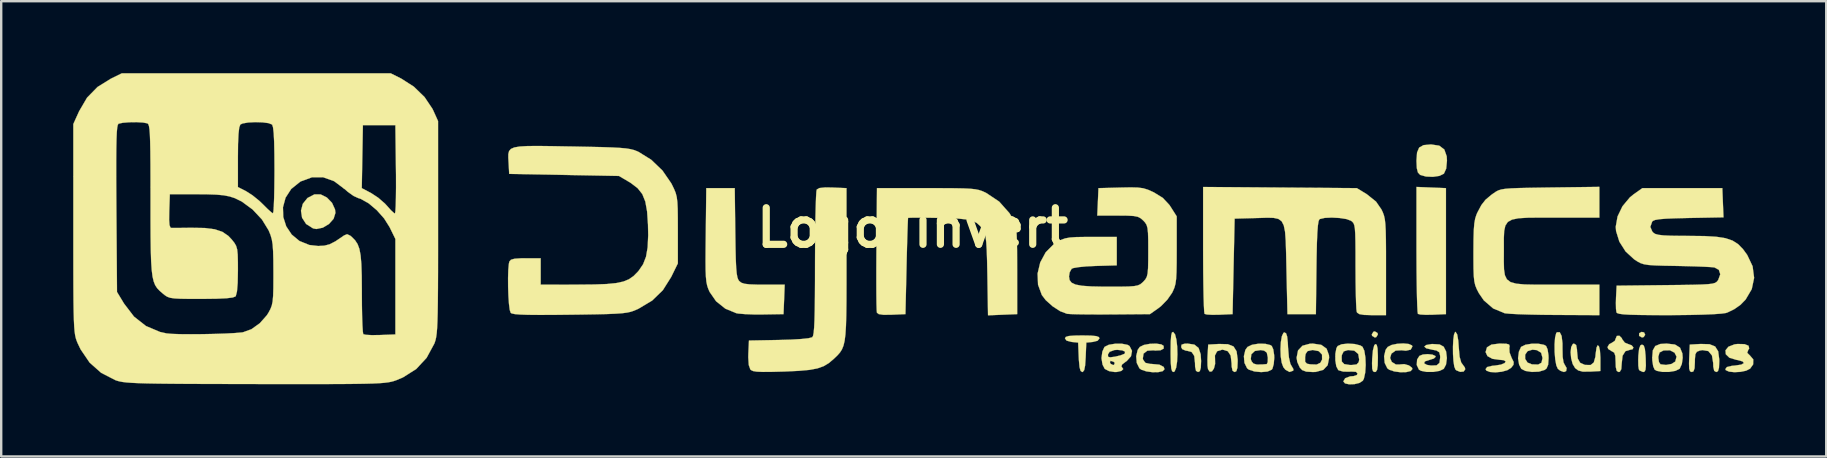
<source format=kicad_pcb>
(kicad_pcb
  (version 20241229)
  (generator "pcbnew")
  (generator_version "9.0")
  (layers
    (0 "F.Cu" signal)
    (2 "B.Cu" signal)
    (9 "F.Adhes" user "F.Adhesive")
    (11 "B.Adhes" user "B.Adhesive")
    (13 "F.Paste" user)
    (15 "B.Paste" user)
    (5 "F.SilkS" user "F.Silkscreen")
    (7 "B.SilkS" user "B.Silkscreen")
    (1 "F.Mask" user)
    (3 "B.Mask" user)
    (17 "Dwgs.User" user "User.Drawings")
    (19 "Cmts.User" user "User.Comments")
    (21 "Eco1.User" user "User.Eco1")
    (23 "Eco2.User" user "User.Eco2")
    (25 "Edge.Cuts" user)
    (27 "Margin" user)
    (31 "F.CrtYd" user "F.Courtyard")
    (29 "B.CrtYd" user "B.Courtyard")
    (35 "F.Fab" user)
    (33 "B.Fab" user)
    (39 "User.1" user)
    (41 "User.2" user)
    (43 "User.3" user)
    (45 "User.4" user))
  (footprint "Logo invert"
    (layer "F.Cu")
    (at 34.972 6.44)
    (property "Reference" "Logo invert" (at 0 0 0) (layer "F.SilkS") (effects (font (size 1.524 1.524) (thickness 0.3))))
    (attr through_hole)
    (fp_poly (pts (xy 19.374 4.386) (xy 19.389 4.445) (xy 19.321 4.557) (xy 19.262 4.572) (xy 19.149 4.504) (xy 19.135 4.445) (xy 19.202 4.333) (xy 19.262 4.318) (xy 19.374 4.386)) (stroke (width 0.01) (type solid)) (fill yes) (layer "F.SilkS"))
    (fp_poly (pts (xy 30.481 4.361) (xy 30.526 4.459) (xy 30.463 4.553) (xy 30.395 4.572) (xy 30.285 4.511) (xy 30.272 4.493) (xy 30.277 4.393) (xy 30.379 4.339) (xy 30.481 4.361)) (stroke (width 0.01) (type solid)) (fill yes) (layer "F.SilkS"))
    (fp_poly (pts (xy 19.341 4.877) (xy 19.375 5.028) (xy 19.388 5.321) (xy 19.389 5.412) (xy 19.382 5.734) (xy 19.356 5.919) (xy 19.305 6) (xy 19.258 6.011) (xy 19.188 5.982) (xy 19.152 5.873) (xy 19.145 5.648) (xy 19.152 5.447) (xy 19.183 5.104) (xy 19.237 4.898) (xy 19.283 4.847) (xy 19.341 4.877)) (stroke (width 0.01) (type solid)) (fill yes) (layer "F.SilkS"))
    (fp_poly (pts (xy 21.611 -1.676) (xy 22.225 -1.651) (xy 22.225 3.598) (xy 21.671 3.623) (xy 21.378 3.627) (xy 21.156 3.614) (xy 21.057 3.588) (xy 21.042 3.491) (xy 21.029 3.246) (xy 21.017 2.874) (xy 21.008 2.396) (xy 21.001 1.832) (xy 20.998 1.205) (xy 20.997 0.914) (xy 20.997 -1.701) (xy 21.611 -1.676)) (stroke (width 0.01) (type solid)) (fill yes) (layer "F.SilkS"))
    (fp_poly (pts (xy -24.66 -1.389) (xy -24.402 -1.26) (xy -24.189 -1.04) (xy -24.063 -0.764) (xy -24.046 -0.618) (xy -24.122 -0.375) (xy -24.314 -0.158) (xy -24.571 -0.004) (xy -24.84 0.052) (xy -24.977 0.027) (xy -25.268 -0.158) (xy -25.436 -0.417) (xy -25.481 -0.71) (xy -25.406 -0.997) (xy -25.211 -1.24) (xy -24.923 -1.39) (xy -24.66 -1.389)) (stroke (width 0.01) (type solid)) (fill yes) (layer "F.SilkS"))
    (fp_poly (pts (xy 30.468 4.909) (xy 30.514 5.051) (xy 30.541 5.323) (xy 30.547 5.44) (xy 30.555 5.749) (xy 30.538 5.925) (xy 30.491 6) (xy 30.439 6.011) (xy 30.295 5.948) (xy 30.261 5.895) (xy 30.24 5.749) (xy 30.236 5.501) (xy 30.242 5.324) (xy 30.273 5.041) (xy 30.328 4.899) (xy 30.395 4.868) (xy 30.468 4.909)) (stroke (width 0.01) (type solid)) (fill yes) (layer "F.SilkS"))
    (fp_poly (pts (xy 10.938 4.441) (xy 10.994 4.66) (xy 11.027 4.952) (xy 11.036 5.274) (xy 11.022 5.582) (xy 10.983 5.834) (xy 10.919 5.986) (xy 10.872 6.011) (xy 10.816 5.978) (xy 10.78 5.86) (xy 10.76 5.631) (xy 10.753 5.266) (xy 10.753 5.158) (xy 10.758 4.752) (xy 10.776 4.494) (xy 10.809 4.363) (xy 10.858 4.339) (xy 10.938 4.441)) (stroke (width 0.01) (type solid)) (fill yes) (layer "F.SilkS"))
    (fp_poly (pts (xy 11.742 4.868) (xy 11.918 5.008) (xy 12.005 5.269) (xy 12.023 5.552) (xy 12.011 5.83) (xy 11.97 5.973) (xy 11.896 6.011) (xy 11.811 5.961) (xy 11.773 5.79) (xy 11.769 5.635) (xy 11.738 5.341) (xy 11.632 5.179) (xy 11.43 5.123) (xy 11.389 5.122) (xy 11.239 5.058) (xy 11.193 4.974) (xy 11.207 4.873) (xy 11.329 4.831) (xy 11.46 4.826) (xy 11.742 4.868)) (stroke (width 0.01) (type solid)) (fill yes) (layer "F.SilkS"))
    (fp_poly (pts (xy 15.563 4.398) (xy 15.608 4.53) (xy 15.636 4.786) (xy 15.646 4.993) (xy 15.681 5.398) (xy 15.743 5.67) (xy 15.795 5.762) (xy 15.87 5.892) (xy 15.861 5.955) (xy 15.708 6.009) (xy 15.536 5.915) (xy 15.45 5.809) (xy 15.381 5.623) (xy 15.341 5.356) (xy 15.331 5.052) (xy 15.347 4.757) (xy 15.389 4.517) (xy 15.455 4.378) (xy 15.494 4.36) (xy 15.563 4.398)) (stroke (width 0.01) (type solid)) (fill yes) (layer "F.SilkS"))
    (fp_poly (pts (xy 27.044 4.507) (xy 27.08 4.811) (xy 27.081 5.062) (xy 27.088 5.378) (xy 27.124 5.608) (xy 27.165 5.693) (xy 27.254 5.845) (xy 27.235 5.97) (xy 27.142 6.011) (xy 26.988 5.956) (xy 26.888 5.878) (xy 26.823 5.733) (xy 26.778 5.481) (xy 26.753 5.171) (xy 26.751 4.853) (xy 26.772 4.577) (xy 26.817 4.395) (xy 26.849 4.354) (xy 26.966 4.352) (xy 27.044 4.507)) (stroke (width 0.01) (type solid)) (fill yes) (layer "F.SilkS"))
    (fp_poly (pts (xy 22.694 4.446) (xy 22.739 4.708) (xy 22.758 4.974) (xy 22.794 5.376) (xy 22.863 5.618) (xy 22.906 5.676) (xy 23.011 5.82) (xy 23.029 5.895) (xy 22.965 5.989) (xy 22.818 6.005) (xy 22.658 5.94) (xy 22.623 5.91) (xy 22.572 5.784) (xy 22.538 5.554) (xy 22.519 5.263) (xy 22.517 4.953) (xy 22.531 4.668) (xy 22.561 4.45) (xy 22.607 4.342) (xy 22.627 4.339) (xy 22.694 4.446)) (stroke (width 0.01) (type solid)) (fill yes) (layer "F.SilkS"))
    (fp_poly (pts (xy 21.945 -3.421) (xy 22.157 -3.261) (xy 22.256 -2.979) (xy 22.267 -2.795) (xy 22.235 -2.464) (xy 22.142 -2.258) (xy 22.134 -2.25) (xy 21.954 -2.162) (xy 21.684 -2.122) (xy 21.395 -2.134) (xy 21.162 -2.199) (xy 21.145 -2.208) (xy 21.057 -2.303) (xy 21.011 -2.483) (xy 20.997 -2.788) (xy 20.997 -2.795) (xy 21.021 -3.136) (xy 21.109 -3.341) (xy 21.29 -3.443) (xy 21.592 -3.471) (xy 21.608 -3.471) (xy 21.945 -3.421)) (stroke (width 0.01) (type solid)) (fill yes) (layer "F.SilkS"))
    (fp_poly (pts (xy 7.433 4.493) (xy 7.655 4.514) (xy 7.764 4.555) (xy 7.789 4.609) (xy 7.711 4.707) (xy 7.514 4.757) (xy 7.239 4.784) (xy 7.214 5.397) (xy 7.191 5.736) (xy 7.153 5.93) (xy 7.093 6.007) (xy 7.07 6.011) (xy 7.002 5.965) (xy 6.958 5.808) (xy 6.931 5.516) (xy 6.925 5.397) (xy 6.9 4.784) (xy 6.625 4.757) (xy 6.419 4.703) (xy 6.35 4.609) (xy 6.385 4.548) (xy 6.509 4.51) (xy 6.75 4.492) (xy 7.07 4.487) (xy 7.433 4.493)) (stroke (width 0.01) (type solid)) (fill yes) (layer "F.SilkS"))
    (fp_poly (pts (xy 13.14 4.852) (xy 13.375 4.946) (xy 13.502 5.148) (xy 13.546 5.481) (xy 13.547 5.559) (xy 13.535 5.835) (xy 13.493 5.975) (xy 13.42 6.011) (xy 13.334 5.959) (xy 13.297 5.784) (xy 13.293 5.647) (xy 13.256 5.327) (xy 13.137 5.144) (xy 12.925 5.08) (xy 12.9 5.08) (xy 12.69 5.145) (xy 12.599 5.323) (xy 12.603 5.449) (xy 12.607 5.674) (xy 12.558 5.863) (xy 12.477 5.982) (xy 12.385 5.997) (xy 12.312 5.895) (xy 12.291 5.749) (xy 12.287 5.501) (xy 12.293 5.324) (xy 12.319 4.868) (xy 12.773 4.842) (xy 13.14 4.852)) (stroke (width 0.01) (type solid)) (fill yes) (layer "F.SilkS"))
    (fp_poly (pts (xy 27.65 4.886) (xy 27.686 5.083) (xy 27.687 5.144) (xy 27.717 5.448) (xy 27.815 5.625) (xy 28.005 5.71) (xy 28.032 5.715) (xy 28.252 5.719) (xy 28.384 5.614) (xy 28.451 5.378) (xy 28.463 5.248) (xy 28.499 4.994) (xy 28.548 4.895) (xy 28.6 4.94) (xy 28.641 5.115) (xy 28.66 5.409) (xy 28.66 5.44) (xy 28.66 5.969) (xy 28.219 5.994) (xy 27.926 5.995) (xy 27.737 5.945) (xy 27.606 5.846) (xy 27.504 5.675) (xy 27.441 5.438) (xy 27.42 5.186) (xy 27.443 4.97) (xy 27.512 4.842) (xy 27.559 4.826) (xy 27.65 4.886)) (stroke (width 0.01) (type solid)) (fill yes) (layer "F.SilkS"))
    (fp_poly (pts (xy 33.206 4.852) (xy 33.441 4.946) (xy 33.568 5.148) (xy 33.612 5.481) (xy 33.613 5.559) (xy 33.601 5.835) (xy 33.559 5.975) (xy 33.486 6.011) (xy 33.402 5.961) (xy 33.364 5.791) (xy 33.359 5.633) (xy 33.308 5.319) (xy 33.157 5.138) (xy 32.912 5.097) (xy 32.8 5.117) (xy 32.678 5.167) (xy 32.617 5.27) (xy 32.598 5.474) (xy 32.597 5.59) (xy 32.584 5.853) (xy 32.538 5.982) (xy 32.466 6.011) (xy 32.396 5.982) (xy 32.36 5.874) (xy 32.353 5.651) (xy 32.36 5.44) (xy 32.385 4.868) (xy 32.839 4.842) (xy 33.206 4.852)) (stroke (width 0.01) (type solid)) (fill yes) (layer "F.SilkS"))
    (fp_poly (pts (xy 10.365 4.859) (xy 10.462 4.92) (xy 10.464 5.033) (xy 10.336 5.104) (xy 10.113 5.116) (xy 10.036 5.106) (xy 9.782 5.122) (xy 9.625 5.244) (xy 9.595 5.447) (xy 9.608 5.499) (xy 9.702 5.628) (xy 9.9 5.672) (xy 9.947 5.673) (xy 10.285 5.704) (xy 10.465 5.798) (xy 10.499 5.893) (xy 10.425 5.974) (xy 10.24 6.015) (xy 9.996 6.018) (xy 9.744 5.984) (xy 9.537 5.916) (xy 9.453 5.856) (xy 9.342 5.631) (xy 9.319 5.35) (xy 9.381 5.089) (xy 9.468 4.966) (xy 9.638 4.883) (xy 9.887 4.836) (xy 10.15 4.827) (xy 10.365 4.859)) (stroke (width 0.01) (type solid)) (fill yes) (layer "F.SilkS"))
    (fp_poly (pts (xy 20.673 4.842) (xy 20.809 4.901) (xy 20.828 4.944) (xy 20.757 5.078) (xy 20.557 5.123) (xy 20.378 5.104) (xy 20.127 5.118) (xy 19.952 5.246) (xy 19.897 5.426) (xy 19.969 5.591) (xy 20.135 5.695) (xy 20.302 5.695) (xy 20.489 5.681) (xy 20.681 5.735) (xy 20.81 5.832) (xy 20.828 5.886) (xy 20.755 5.97) (xy 20.57 6.014) (xy 20.325 6.019) (xy 20.073 5.986) (xy 19.866 5.917) (xy 19.783 5.856) (xy 19.672 5.631) (xy 19.648 5.35) (xy 19.71 5.089) (xy 19.797 4.966) (xy 19.961 4.883) (xy 20.196 4.834) (xy 20.451 4.82) (xy 20.673 4.842)) (stroke (width 0.01) (type solid)) (fill yes) (layer "F.SilkS"))
    (fp_poly (pts (xy 29.552 4.599) (xy 29.571 4.649) (xy 29.68 4.789) (xy 29.807 4.84) (xy 29.966 4.9) (xy 30.037 4.99) (xy 30 5.063) (xy 29.911 5.08) (xy 29.703 5.142) (xy 29.584 5.333) (xy 29.549 5.647) (xy 29.531 5.892) (xy 29.469 6) (xy 29.422 6.011) (xy 29.341 5.965) (xy 29.302 5.805) (xy 29.295 5.598) (xy 29.283 5.339) (xy 29.235 5.203) (xy 29.134 5.143) (xy 29.125 5.14) (xy 28.988 5.052) (xy 28.956 4.971) (xy 29.027 4.851) (xy 29.125 4.801) (xy 29.263 4.709) (xy 29.295 4.622) (xy 29.345 4.507) (xy 29.453 4.501) (xy 29.552 4.599)) (stroke (width 0.01) (type solid)) (fill yes) (layer "F.SilkS"))
    (fp_poly (pts (xy 34.666 4.849) (xy 34.833 4.915) (xy 34.859 5.03) (xy 34.816 5.101) (xy 34.778 5.212) (xy 34.887 5.317) (xy 35.03 5.486) (xy 35.024 5.694) (xy 34.897 5.871) (xy 34.732 5.955) (xy 34.496 6.004) (xy 34.241 6.017) (xy 34.02 5.994) (xy 33.885 5.933) (xy 33.867 5.889) (xy 33.931 5.803) (xy 34.137 5.753) (xy 34.269 5.741) (xy 34.531 5.702) (xy 34.639 5.639) (xy 34.588 5.57) (xy 34.375 5.511) (xy 34.323 5.503) (xy 34.034 5.415) (xy 33.885 5.27) (xy 33.873 5.105) (xy 33.995 4.956) (xy 34.249 4.858) (xy 34.374 4.842) (xy 34.666 4.849)) (stroke (width 0.01) (type solid)) (fill yes) (layer "F.SilkS"))
    (fp_poly (pts (xy 24.742 4.833) (xy 24.857 4.865) (xy 24.879 4.941) (xy 24.866 5) (xy 24.875 5.193) (xy 24.959 5.415) (xy 24.96 5.417) (xy 25.047 5.593) (xy 25.039 5.709) (xy 24.94 5.836) (xy 24.781 5.935) (xy 24.547 5.999) (xy 24.29 6.024) (xy 24.06 6.009) (xy 23.908 5.951) (xy 23.876 5.889) (xy 23.942 5.802) (xy 24.151 5.752) (xy 24.272 5.741) (xy 24.518 5.702) (xy 24.671 5.637) (xy 24.715 5.569) (xy 24.63 5.517) (xy 24.47 5.503) (xy 24.163 5.461) (xy 23.954 5.347) (xy 23.876 5.179) (xy 23.876 5.179) (xy 23.934 4.983) (xy 24.119 4.868) (xy 24.445 4.826) (xy 24.495 4.826) (xy 24.742 4.833)) (stroke (width 0.01) (type solid)) (fill yes) (layer "F.SilkS"))
    (fp_poly (pts (xy 17.031 4.879) (xy 17.253 5.039) (xy 17.351 5.311) (xy 17.357 5.419) (xy 17.297 5.726) (xy 17.113 5.921) (xy 16.802 6.006) (xy 16.679 6.011) (xy 16.402 5.994) (xy 16.233 5.929) (xy 16.134 5.823) (xy 16.031 5.595) (xy 16.002 5.419) (xy 16.007 5.391) (xy 16.357 5.391) (xy 16.357 5.581) (xy 16.436 5.664) (xy 16.569 5.69) (xy 16.837 5.699) (xy 16.991 5.627) (xy 17.064 5.491) (xy 17.061 5.282) (xy 16.923 5.14) (xy 16.682 5.094) (xy 16.644 5.097) (xy 16.458 5.14) (xy 16.378 5.258) (xy 16.357 5.391) (xy 16.007 5.391) (xy 16.062 5.111) (xy 16.245 4.916) (xy 16.556 4.831) (xy 16.679 4.826) (xy 17.031 4.879)) (stroke (width 0.01) (type solid)) (fill yes) (layer "F.SilkS"))
    (fp_poly (pts (xy -7.385 0.207) (xy -7.376 0.83) (xy -7.365 1.306) (xy -7.349 1.655) (xy -7.327 1.901) (xy -7.298 2.065) (xy -7.259 2.168) (xy -7.224 2.218) (xy -7.135 2.289) (xy -6.998 2.334) (xy -6.78 2.359) (xy -6.445 2.37) (xy -6.206 2.371) (xy -5.327 2.371) (xy -5.351 2.985) (xy -5.376 3.598) (xy -6.223 3.612) (xy -6.618 3.612) (xy -6.979 3.598) (xy -7.253 3.575) (xy -7.346 3.559) (xy -7.8 3.371) (xy -8.186 3.062) (xy -8.456 2.672) (xy -8.514 2.539) (xy -8.558 2.405) (xy -8.59 2.246) (xy -8.61 2.038) (xy -8.622 1.756) (xy -8.625 1.375) (xy -8.622 0.871) (xy -8.616 0.315) (xy -8.594 -1.651) (xy -7.408 -1.651) (xy -7.385 0.207)) (stroke (width 0.01) (type solid)) (fill yes) (layer "F.SilkS"))
    (fp_poly (pts (xy 21.961 4.862) (xy 22.13 4.955) (xy 22.231 5.154) (xy 22.264 5.428) (xy 22.228 5.699) (xy 22.134 5.878) (xy 21.962 5.962) (xy 21.701 6.006) (xy 21.419 6.006) (xy 21.187 5.961) (xy 21.099 5.91) (xy 21.008 5.717) (xy 21.023 5.491) (xy 21.119 5.339) (xy 21.264 5.281) (xy 21.467 5.265) (xy 21.661 5.286) (xy 21.783 5.341) (xy 21.797 5.376) (xy 21.72 5.449) (xy 21.548 5.503) (xy 21.35 5.567) (xy 21.312 5.644) (xy 21.428 5.712) (xy 21.6 5.741) (xy 21.836 5.732) (xy 21.954 5.632) (xy 21.984 5.411) (xy 21.982 5.333) (xy 21.947 5.189) (xy 21.83 5.114) (xy 21.651 5.08) (xy 21.406 5.023) (xy 21.323 4.952) (xy 21.402 4.885) (xy 21.643 4.843) (xy 21.961 4.862)) (stroke (width 0.01) (type solid)) (fill yes) (layer "F.SilkS"))
    (fp_poly (pts (xy 26.311 4.877) (xy 26.399 4.928) (xy 26.46 5.068) (xy 26.496 5.307) (xy 26.501 5.433) (xy 26.483 5.705) (xy 26.418 5.86) (xy 26.337 5.924) (xy 26.098 5.995) (xy 25.806 6.007) (xy 25.535 5.965) (xy 25.364 5.878) (xy 25.273 5.703) (xy 25.233 5.463) (xy 25.525 5.463) (xy 25.625 5.617) (xy 25.806 5.691) (xy 26.068 5.699) (xy 26.204 5.623) (xy 26.246 5.445) (xy 26.247 5.419) (xy 26.19 5.206) (xy 26.011 5.098) (xy 25.827 5.08) (xy 25.627 5.141) (xy 25.526 5.286) (xy 25.525 5.463) (xy 25.233 5.463) (xy 25.231 5.45) (xy 25.231 5.419) (xy 25.265 5.162) (xy 25.351 4.973) (xy 25.364 4.959) (xy 25.536 4.875) (xy 25.797 4.832) (xy 26.079 4.832) (xy 26.311 4.877)) (stroke (width 0.01) (type solid)) (fill yes) (layer "F.SilkS"))
    (fp_poly (pts (xy 31.766 4.865) (xy 31.977 4.995) (xy 32.075 5.233) (xy 32.089 5.419) (xy 32.054 5.675) (xy 31.968 5.864) (xy 31.956 5.878) (xy 31.784 5.962) (xy 31.522 6.006) (xy 31.24 6.006) (xy 31.008 5.961) (xy 30.92 5.91) (xy 30.859 5.768) (xy 30.823 5.53) (xy 30.819 5.419) (xy 30.819 5.413) (xy 31.073 5.413) (xy 31.101 5.599) (xy 31.165 5.689) (xy 31.393 5.716) (xy 31.624 5.674) (xy 31.775 5.578) (xy 31.78 5.571) (xy 31.833 5.37) (xy 31.75 5.205) (xy 31.564 5.108) (xy 31.308 5.109) (xy 31.284 5.115) (xy 31.125 5.197) (xy 31.074 5.37) (xy 31.073 5.413) (xy 30.819 5.413) (xy 30.845 5.107) (xy 30.947 4.926) (xy 31.155 4.842) (xy 31.422 4.826) (xy 31.766 4.865)) (stroke (width 0.01) (type solid)) (fill yes) (layer "F.SilkS"))
    (fp_poly (pts (xy 14.69 4.834) (xy 14.91 4.888) (xy 14.969 4.928) (xy 15.031 5.069) (xy 15.067 5.307) (xy 15.071 5.419) (xy 15.05 5.675) (xy 14.997 5.867) (xy 14.969 5.91) (xy 14.793 5.99) (xy 14.528 6.014) (xy 14.245 5.987) (xy 14.015 5.912) (xy 13.941 5.856) (xy 13.83 5.631) (xy 13.816 5.473) (xy 14.093 5.473) (xy 14.13 5.57) (xy 14.206 5.659) (xy 14.341 5.698) (xy 14.576 5.696) (xy 14.759 5.68) (xy 14.798 5.601) (xy 14.803 5.419) (xy 14.801 5.397) (xy 14.76 5.203) (xy 14.649 5.12) (xy 14.505 5.096) (xy 14.264 5.133) (xy 14.116 5.272) (xy 14.093 5.473) (xy 13.816 5.473) (xy 13.806 5.35) (xy 13.868 5.089) (xy 13.956 4.966) (xy 14.143 4.876) (xy 14.411 4.831) (xy 14.69 4.834)) (stroke (width 0.01) (type solid)) (fill yes) (layer "F.SilkS"))
    (fp_poly (pts (xy 18.421 4.844) (xy 18.657 4.903) (xy 18.748 4.959) (xy 18.824 5.124) (xy 18.868 5.398) (xy 18.881 5.721) (xy 18.861 6.036) (xy 18.807 6.284) (xy 18.763 6.371) (xy 18.623 6.464) (xy 18.414 6.515) (xy 18.193 6.523) (xy 18.019 6.485) (xy 17.949 6.401) (xy 18.026 6.269) (xy 18.23 6.193) (xy 18.38 6.181) (xy 18.513 6.134) (xy 18.542 6.073) (xy 18.477 6.002) (xy 18.271 5.991) (xy 18.202 5.997) (xy 17.945 5.993) (xy 17.757 5.94) (xy 17.736 5.925) (xy 17.656 5.773) (xy 17.616 5.524) (xy 17.616 5.367) (xy 17.879 5.367) (xy 17.886 5.573) (xy 17.987 5.681) (xy 18.213 5.717) (xy 18.306 5.718) (xy 18.503 5.694) (xy 18.589 5.602) (xy 18.61 5.496) (xy 18.571 5.259) (xy 18.404 5.12) (xy 18.145 5.095) (xy 17.964 5.151) (xy 17.889 5.3) (xy 17.879 5.367) (xy 17.616 5.367) (xy 17.617 5.251) (xy 17.66 5.021) (xy 17.712 4.928) (xy 17.879 4.854) (xy 18.139 4.827) (xy 18.421 4.844)) (stroke (width 0.01) (type solid)) (fill yes) (layer "F.SilkS"))
    (fp_poly (pts (xy 8.955 4.877) (xy 9.042 4.928) (xy 9.145 5.131) (xy 9.102 5.355) (xy 8.924 5.553) (xy 8.883 5.58) (xy 8.726 5.702) (xy 8.704 5.787) (xy 8.715 5.796) (xy 8.78 5.886) (xy 8.703 5.964) (xy 8.514 6.008) (xy 8.425 6.011) (xy 8.188 5.973) (xy 8.01 5.881) (xy 8.007 5.878) (xy 7.917 5.703) (xy 7.902 5.613) (xy 8.225 5.613) (xy 8.252 5.668) (xy 8.359 5.72) (xy 8.397 5.706) (xy 8.425 5.628) (xy 8.372 5.582) (xy 8.246 5.541) (xy 8.225 5.613) (xy 7.902 5.613) (xy 7.875 5.45) (xy 7.874 5.419) (xy 7.893 5.276) (xy 8.143 5.276) (xy 8.145 5.371) (xy 8.229 5.399) (xy 8.437 5.371) (xy 8.438 5.371) (xy 8.668 5.316) (xy 8.824 5.254) (xy 8.841 5.242) (xy 8.854 5.164) (xy 8.739 5.108) (xy 8.536 5.087) (xy 8.411 5.095) (xy 8.209 5.169) (xy 8.143 5.276) (xy 7.893 5.276) (xy 7.908 5.162) (xy 7.994 4.973) (xy 8.007 4.959) (xy 8.179 4.875) (xy 8.441 4.832) (xy 8.723 4.832) (xy 8.955 4.877)) (stroke (width 0.01) (type solid)) (fill yes) (layer "F.SilkS"))
    (fp_poly (pts (xy -3.337 -1.676) (xy -2.752 -1.651) (xy -2.752 1.524) (xy -2.752 2.376) (xy -2.754 3.076) (xy -2.761 3.642) (xy -2.774 4.091) (xy -2.796 4.441) (xy -2.83 4.709) (xy -2.878 4.913) (xy -2.942 5.07) (xy -3.024 5.198) (xy -3.127 5.315) (xy -3.254 5.437) (xy -3.282 5.463) (xy -3.488 5.638) (xy -3.704 5.767) (xy -3.962 5.859) (xy -4.291 5.921) (xy -4.725 5.961) (xy -5.292 5.988) (xy -5.379 5.991) (xy -5.883 6.004) (xy -6.244 6.006) (xy -6.488 5.996) (xy -6.641 5.971) (xy -6.73 5.929) (xy -6.759 5.902) (xy -6.824 5.719) (xy -6.845 5.396) (xy -6.841 5.236) (xy -6.816 4.699) (xy -5.552 4.675) (xy -5.044 4.66) (xy -4.632 4.635) (xy -4.337 4.603) (xy -4.185 4.565) (xy -4.176 4.559) (xy -4.145 4.501) (xy -4.12 4.373) (xy -4.1 4.16) (xy -4.085 3.849) (xy -4.075 3.423) (xy -4.068 2.87) (xy -4.064 2.173) (xy -4.063 1.492) (xy -4.06 0.796) (xy -4.055 0.151) (xy -4.046 -0.422) (xy -4.034 -0.903) (xy -4.021 -1.272) (xy -4.006 -1.509) (xy -3.992 -1.592) (xy -3.88 -1.655) (xy -3.636 -1.681) (xy -3.337 -1.676)) (stroke (width 0.01) (type solid)) (fill yes) (layer "F.SilkS"))
    (fp_poly (pts (xy 28.617 -0.423) (xy 26.797 -0.423) (xy 26.137 -0.424) (xy 25.626 -0.419) (xy 25.247 -0.396) (xy 24.979 -0.341) (xy 24.803 -0.243) (xy 24.7 -0.089) (xy 24.651 0.133) (xy 24.637 0.437) (xy 24.638 0.833) (xy 24.638 0.974) (xy 24.636 1.401) (xy 24.644 1.731) (xy 24.681 1.977) (xy 24.765 2.15) (xy 24.917 2.264) (xy 25.155 2.33) (xy 25.498 2.362) (xy 25.967 2.371) (xy 26.58 2.371) (xy 26.797 2.371) (xy 28.617 2.371) (xy 28.617 3.641) (xy 26.776 3.632) (xy 26.218 3.627) (xy 25.702 3.616) (xy 25.259 3.602) (xy 24.916 3.585) (xy 24.705 3.566) (xy 24.668 3.56) (xy 24.192 3.362) (xy 23.802 3.025) (xy 23.594 2.721) (xy 23.508 2.554) (xy 23.447 2.402) (xy 23.407 2.23) (xy 23.384 2.006) (xy 23.373 1.696) (xy 23.37 1.266) (xy 23.37 1.005) (xy 23.374 0.483) (xy 23.385 0.099) (xy 23.407 -0.18) (xy 23.444 -0.387) (xy 23.498 -0.552) (xy 23.535 -0.635) (xy 23.7 -0.945) (xy 23.872 -1.166) (xy 24.111 -1.368) (xy 24.215 -1.442) (xy 24.312 -1.508) (xy 24.41 -1.558) (xy 24.531 -1.596) (xy 24.698 -1.623) (xy 24.935 -1.642) (xy 25.263 -1.655) (xy 25.706 -1.665) (xy 26.286 -1.674) (xy 26.564 -1.678) (xy 28.617 -1.704) (xy 28.617 -0.423)) (stroke (width 0.01) (type solid)) (fill yes) (layer "F.SilkS"))
    (fp_poly (pts (xy 1.241 -1.65) (xy 1.743 -1.647) (xy 2.124 -1.64) (xy 2.406 -1.626) (xy 2.614 -1.604) (xy 2.772 -1.572) (xy 2.903 -1.528) (xy 3.031 -1.47) (xy 3.067 -1.452) (xy 3.609 -1.091) (xy 4.037 -0.61) (xy 4.176 -0.381) (xy 4.236 -0.258) (xy 4.281 -0.129) (xy 4.314 0.033) (xy 4.336 0.252) (xy 4.349 0.554) (xy 4.356 0.964) (xy 4.358 1.507) (xy 4.359 1.778) (xy 4.36 3.598) (xy 3.753 3.623) (xy 3.145 3.648) (xy 3.118 1.972) (xy 3.106 1.376) (xy 3.091 0.927) (xy 3.071 0.599) (xy 3.044 0.37) (xy 3.008 0.216) (xy 2.96 0.113) (xy 2.95 0.098) (xy 2.816 -0.075) (xy 2.676 -0.201) (xy 2.5 -0.288) (xy 2.26 -0.345) (xy 1.926 -0.38) (xy 1.47 -0.401) (xy 1.122 -0.41) (xy 0.674 -0.418) (xy 0.292 -0.421) (xy 0.004 -0.42) (xy -0.16 -0.415) (xy -0.187 -0.41) (xy -0.193 -0.321) (xy -0.203 -0.086) (xy -0.215 0.27) (xy -0.228 0.724) (xy -0.242 1.252) (xy -0.25 1.609) (xy -0.296 3.598) (xy -0.869 3.623) (xy -1.211 3.627) (xy -1.409 3.597) (xy -1.484 3.538) (xy -1.494 3.428) (xy -1.502 3.171) (xy -1.507 2.788) (xy -1.509 2.302) (xy -1.509 1.734) (xy -1.506 1.106) (xy -1.504 0.888) (xy -1.482 -1.651) (xy 0.593 -1.651) (xy 1.241 -1.65)) (stroke (width 0.01) (type solid)) (fill yes) (layer "F.SilkS"))
    (fp_poly (pts (xy 18.513 -1.651) (xy 18.93 -1.396) (xy 19.311 -1.091) (xy 19.537 -0.764) (xy 19.597 -0.637) (xy 19.643 -0.509) (xy 19.677 -0.357) (xy 19.7 -0.155) (xy 19.715 0.119) (xy 19.723 0.491) (xy 19.727 0.984) (xy 19.727 1.621) (xy 19.727 3.641) (xy 19.144 3.641) (xy 18.814 3.631) (xy 18.619 3.599) (xy 18.524 3.536) (xy 18.509 3.507) (xy 18.493 3.385) (xy 18.48 3.121) (xy 18.469 2.742) (xy 18.461 2.276) (xy 18.458 1.751) (xy 18.457 1.607) (xy 18.457 1.017) (xy 18.453 0.573) (xy 18.445 0.253) (xy 18.43 0.033) (xy 18.405 -0.109) (xy 18.368 -0.198) (xy 18.317 -0.256) (xy 18.269 -0.292) (xy 18.082 -0.362) (xy 17.795 -0.407) (xy 17.473 -0.425) (xy 17.178 -0.412) (xy 16.975 -0.365) (xy 16.956 -0.355) (xy 16.919 -0.28) (xy 16.89 -0.099) (xy 16.866 0.202) (xy 16.848 0.637) (xy 16.835 1.219) (xy 16.829 1.655) (xy 16.806 3.598) (xy 15.621 3.598) (xy 15.579 1.708) (xy 15.565 1.05) (xy 15.549 0.542) (xy 15.521 0.165) (xy 15.467 -0.1) (xy 15.378 -0.272) (xy 15.241 -0.37) (xy 15.045 -0.412) (xy 14.779 -0.419) (xy 14.431 -0.408) (xy 14.31 -0.405) (xy 13.42 -0.381) (xy 13.377 1.609) (xy 13.335 3.598) (xy 12.781 3.623) (xy 12.488 3.627) (xy 12.266 3.614) (xy 12.167 3.588) (xy 12.152 3.491) (xy 12.139 3.246) (xy 12.127 2.874) (xy 12.118 2.396) (xy 12.111 1.832) (xy 12.108 1.205) (xy 12.107 0.914) (xy 12.107 -1.699) (xy 18.513 -1.651)) (stroke (width 0.01) (type solid)) (fill yes) (layer "F.SilkS"))
    (fp_poly (pts (xy 33.789 -0.435) (xy 32.343 -0.408) (xy 31.795 -0.395) (xy 31.394 -0.379) (xy 31.118 -0.356) (xy 30.942 -0.326) (xy 30.846 -0.285) (xy 30.817 -0.254) (xy 30.74 -0.036) (xy 30.824 0.159) (xy 30.867 0.206) (xy 30.945 0.257) (xy 31.078 0.293) (xy 31.289 0.318) (xy 31.606 0.332) (xy 32.052 0.338) (xy 32.373 0.339) (xy 33.006 0.346) (xy 33.498 0.376) (xy 33.876 0.436) (xy 34.168 0.535) (xy 34.4 0.684) (xy 34.601 0.89) (xy 34.777 1.131) (xy 35.002 1.605) (xy 35.065 2.088) (xy 34.967 2.556) (xy 34.713 2.988) (xy 34.501 3.207) (xy 34.24 3.391) (xy 33.956 3.529) (xy 33.89 3.551) (xy 33.709 3.577) (xy 33.384 3.6) (xy 32.938 3.619) (xy 32.397 3.632) (xy 31.786 3.639) (xy 31.472 3.64) (xy 30.8 3.639) (xy 30.278 3.633) (xy 29.891 3.623) (xy 29.62 3.607) (xy 29.448 3.584) (xy 29.356 3.553) (xy 29.33 3.525) (xy 29.31 3.382) (xy 29.305 3.132) (xy 29.311 2.912) (xy 29.337 2.413) (xy 31.389 2.39) (xy 32.03 2.383) (xy 32.523 2.375) (xy 32.888 2.365) (xy 33.148 2.35) (xy 33.323 2.329) (xy 33.434 2.298) (xy 33.502 2.257) (xy 33.549 2.203) (xy 33.571 2.169) (xy 33.655 1.938) (xy 33.595 1.753) (xy 33.413 1.653) (xy 33.269 1.639) (xy 32.99 1.624) (xy 32.606 1.609) (xy 32.152 1.597) (xy 31.835 1.59) (xy 31.318 1.581) (xy 30.941 1.569) (xy 30.672 1.551) (xy 30.48 1.521) (xy 30.336 1.475) (xy 30.209 1.408) (xy 30.067 1.315) (xy 30.063 1.312) (xy 29.71 0.988) (xy 29.45 0.579) (xy 29.313 0.138) (xy 29.299 -0.042) (xy 29.375 -0.471) (xy 29.58 -0.896) (xy 29.886 -1.264) (xy 30.049 -1.397) (xy 30.409 -1.651) (xy 33.74 -1.651) (xy 33.789 -0.435)) (stroke (width 0.01) (type solid)) (fill yes) (layer "F.SilkS"))
    (fp_poly (pts (xy 9.389 -1.675) (xy 9.611 -1.646) (xy 9.805 -1.587) (xy 10.016 -1.493) (xy 10.056 -1.474) (xy 10.429 -1.244) (xy 10.701 -0.952) (xy 10.761 -0.862) (xy 11.007 -0.475) (xy 11.007 0.935) (xy 11.005 1.462) (xy 10.998 1.85) (xy 10.983 2.131) (xy 10.955 2.336) (xy 10.911 2.496) (xy 10.848 2.642) (xy 10.81 2.717) (xy 10.614 2.998) (xy 10.354 3.264) (xy 10.252 3.344) (xy 9.892 3.598) (xy 8.269 3.611) (xy 7.748 3.612) (xy 7.274 3.61) (xy 6.876 3.605) (xy 6.587 3.596) (xy 6.436 3.585) (xy 6.435 3.584) (xy 6.148 3.475) (xy 5.833 3.27) (xy 5.55 3.016) (xy 5.388 2.804) (xy 5.229 2.374) (xy 5.21 1.908) (xy 5.32 1.445) (xy 5.547 1.024) (xy 5.881 0.686) (xy 6.024 0.592) (xy 6.193 0.503) (xy 6.356 0.443) (xy 6.553 0.407) (xy 6.822 0.388) (xy 7.201 0.382) (xy 7.451 0.381) (xy 8.509 0.381) (xy 8.509 1.566) (xy 7.625 1.591) (xy 7.246 1.609) (xy 6.925 1.64) (xy 6.704 1.678) (xy 6.63 1.707) (xy 6.547 1.855) (xy 6.519 2.029) (xy 6.543 2.178) (xy 6.627 2.289) (xy 6.793 2.367) (xy 7.06 2.417) (xy 7.449 2.444) (xy 7.981 2.455) (xy 8.178 2.455) (xy 8.659 2.454) (xy 9 2.448) (xy 9.233 2.431) (xy 9.387 2.401) (xy 9.492 2.353) (xy 9.579 2.281) (xy 9.614 2.248) (xy 9.7 2.152) (xy 9.758 2.049) (xy 9.794 1.904) (xy 9.813 1.685) (xy 9.82 1.357) (xy 9.821 0.974) (xy 9.82 0.529) (xy 9.811 0.221) (xy 9.79 0.016) (xy 9.751 -0.12) (xy 9.688 -0.22) (xy 9.614 -0.3) (xy 9.506 -0.395) (xy 9.388 -0.456) (xy 9.219 -0.49) (xy 8.961 -0.505) (xy 8.574 -0.508) (xy 8.551 -0.508) (xy 7.697 -0.508) (xy 7.747 -1.651) (xy 8.671 -1.675) (xy 9.091 -1.683) (xy 9.389 -1.675)) (stroke (width 0.01) (type solid)) (fill yes) (layer "F.SilkS"))
    (fp_poly (pts (xy -15.043 -3.401) (xy -14.323 -3.388) (xy -14.224 -3.387) (xy -13.515 -3.373) (xy -12.953 -3.361) (xy -12.518 -3.346) (xy -12.187 -3.328) (xy -11.94 -3.306) (xy -11.754 -3.276) (xy -11.608 -3.239) (xy -11.481 -3.191) (xy -11.415 -3.161) (xy -10.888 -2.834) (xy -10.419 -2.384) (xy -10.055 -1.856) (xy -10.027 -1.803) (xy -9.936 -1.616) (xy -9.87 -1.454) (xy -9.826 -1.284) (xy -9.799 -1.073) (xy -9.785 -0.788) (xy -9.78 -0.397) (xy -9.779 0.086) (xy -9.779 1.485) (xy -10.058 2.053) (xy -10.403 2.6) (xy -10.849 3.033) (xy -11.424 3.376) (xy -11.475 3.399) (xy -11.607 3.456) (xy -11.741 3.501) (xy -11.898 3.535) (xy -12.1 3.561) (xy -12.37 3.58) (xy -12.729 3.595) (xy -13.2 3.606) (xy -13.804 3.616) (xy -14.266 3.622) (xy -15.003 3.63) (xy -15.586 3.631) (xy -16.031 3.627) (xy -16.354 3.615) (xy -16.571 3.597) (xy -16.698 3.57) (xy -16.743 3.545) (xy -16.783 3.423) (xy -16.815 3.175) (xy -16.838 2.841) (xy -16.851 2.465) (xy -16.853 2.088) (xy -16.843 1.754) (xy -16.82 1.503) (xy -16.797 1.404) (xy -16.732 1.332) (xy -16.583 1.29) (xy -16.316 1.272) (xy -16.12 1.27) (xy -15.494 1.27) (xy -15.494 2.371) (xy -13.906 2.369) (xy -13.252 2.363) (xy -12.742 2.344) (xy -12.35 2.305) (xy -12.05 2.241) (xy -11.817 2.146) (xy -11.626 2.013) (xy -11.452 1.837) (xy -11.408 1.786) (xy -11.227 1.52) (xy -11.105 1.207) (xy -11.037 0.813) (xy -11.014 0.309) (xy -11.023 -0.133) (xy -11.06 -0.679) (xy -11.134 -1.091) (xy -11.259 -1.402) (xy -11.453 -1.647) (xy -11.729 -1.859) (xy -11.84 -1.927) (xy -12.234 -2.159) (xy -16.806 -2.244) (xy -16.831 -2.709) (xy -16.843 -2.912) (xy -16.842 -3.072) (xy -16.811 -3.195) (xy -16.734 -3.285) (xy -16.592 -3.347) (xy -16.37 -3.385) (xy -16.049 -3.404) (xy -15.612 -3.408) (xy -15.043 -3.401)) (stroke (width 0.01) (type solid)) (fill yes) (layer "F.SilkS"))
    (fp_poly (pts (xy -21.306 -6.217) (xy -20.781 -5.881) (xy -20.333 -5.447) (xy -20.005 -4.959) (xy -19.965 -4.877) (xy -19.77 -4.445) (xy -19.77 0) (xy -19.77 0.988) (xy -19.771 1.821) (xy -19.774 2.514) (xy -19.779 3.082) (xy -19.786 3.539) (xy -19.796 3.899) (xy -19.809 4.179) (xy -19.826 4.392) (xy -19.848 4.552) (xy -19.874 4.676) (xy -19.906 4.776) (xy -19.925 4.826) (xy -20.246 5.418) (xy -20.679 5.885) (xy -21.233 6.235) (xy -21.518 6.355) (xy -21.616 6.388) (xy -21.721 6.416) (xy -21.847 6.44) (xy -22.008 6.46) (xy -22.216 6.476) (xy -22.485 6.489) (xy -22.829 6.498) (xy -23.26 6.505) (xy -23.792 6.51) (xy -24.437 6.512) (xy -25.21 6.513) (xy -26.124 6.513) (xy -27.191 6.512) (xy -27.388 6.511) (xy -28.487 6.509) (xy -29.428 6.507) (xy -30.227 6.504) (xy -30.896 6.499) (xy -31.448 6.493) (xy -31.896 6.485) (xy -32.254 6.474) (xy -32.535 6.461) (xy -32.751 6.445) (xy -32.915 6.425) (xy -33.042 6.401) (xy -33.144 6.374) (xy -33.215 6.349) (xy -33.808 6.044) (xy -34.288 5.619) (xy -34.665 5.064) (xy -34.792 4.798) (xy -34.831 4.701) (xy -34.864 4.6) (xy -34.891 4.479) (xy -34.913 4.324) (xy -34.93 4.119) (xy -34.943 3.849) (xy -34.953 3.499) (xy -34.96 3.056) (xy -34.964 2.502) (xy -34.966 1.825) (xy -34.967 1.008) (xy -34.967 0.036) (xy -34.967 -2.772) (xy -33.18 -2.772) (xy -33.18 -2.122) (xy -33.176 -1.323) (xy -33.173 -0.793) (xy -33.147 2.674) (xy -32.851 3.163) (xy -32.438 3.702) (xy -31.939 4.094) (xy -31.355 4.341) (xy -31.081 4.402) (xy -30.864 4.421) (xy -30.518 4.433) (xy -30.082 4.436) (xy -29.596 4.433) (xy -29.101 4.423) (xy -28.635 4.408) (xy -28.238 4.387) (xy -27.951 4.362) (xy -27.9 4.355) (xy -27.546 4.227) (xy -27.197 3.977) (xy -26.904 3.646) (xy -26.833 3.534) (xy -26.755 3.387) (xy -26.699 3.243) (xy -26.663 3.071) (xy -26.642 2.838) (xy -26.632 2.511) (xy -26.63 2.059) (xy -26.63 1.863) (xy -26.633 1.35) (xy -26.643 0.971) (xy -26.663 0.693) (xy -26.698 0.481) (xy -26.751 0.299) (xy -26.827 0.114) (xy -26.829 0.109) (xy -27.107 -0.344) (xy -27.498 -0.762) (xy -27.949 -1.093) (xy -28.239 -1.235) (xy -28.457 -1.305) (xy -28.702 -1.353) (xy -29.013 -1.381) (xy -29.427 -1.395) (xy -29.803 -1.397) (xy -30.946 -1.397) (xy -30.97 -0.699) (xy -30.976 -0.333) (xy -30.96 -0.111) (xy -30.918 -0.008) (xy -30.886 0.006) (xy -30.755 0.007) (xy -30.502 0.006) (xy -30.172 0.002) (xy -30.042 0.001) (xy -29.491 0.01) (xy -29.074 0.063) (xy -28.757 0.169) (xy -28.509 0.338) (xy -28.368 0.487) (xy -28.257 0.627) (xy -28.184 0.753) (xy -28.14 0.904) (xy -28.118 1.116) (xy -28.11 1.429) (xy -28.109 1.78) (xy -28.119 2.297) (xy -28.148 2.652) (xy -28.196 2.84) (xy -28.211 2.862) (xy -28.328 2.906) (xy -28.584 2.937) (xy -28.989 2.956) (xy -29.552 2.963) (xy -29.644 2.963) (xy -30.146 2.963) (xy -30.509 2.957) (xy -30.761 2.943) (xy -30.934 2.917) (xy -31.056 2.873) (xy -31.158 2.807) (xy -31.247 2.734) (xy -31.371 2.626) (xy -31.473 2.519) (xy -31.555 2.395) (xy -31.618 2.237) (xy -31.667 2.029) (xy -31.701 1.753) (xy -31.725 1.392) (xy -31.739 0.929) (xy -31.747 0.346) (xy -31.75 -0.372) (xy -31.75 -1.174) (xy -31.751 -1.991) (xy -31.753 -2.655) (xy -31.756 -2.948) (xy -28.109 -2.948) (xy -28.109 -1.697) (xy -27.763 -1.52) (xy -27.504 -1.354) (xy -27.218 -1.123) (xy -27.065 -0.976) (xy -26.867 -0.779) (xy -26.714 -0.643) (xy -26.649 -0.601) (xy -26.63 -0.679) (xy -26.617 -0.854) (xy -26.232 -0.854) (xy -26.22 -0.447) (xy -26.096 -0.059) (xy -25.868 0.283) (xy -25.545 0.551) (xy -25.132 0.718) (xy -24.765 0.76) (xy -24.509 0.746) (xy -24.288 0.689) (xy -24.05 0.567) (xy -23.741 0.359) (xy -23.69 0.322) (xy -23.56 0.268) (xy -23.423 0.332) (xy -23.361 0.385) (xy -23.226 0.522) (xy -23.123 0.68) (xy -23.048 0.88) (xy -22.997 1.149) (xy -22.966 1.509) (xy -22.95 1.986) (xy -22.945 2.603) (xy -22.945 2.735) (xy -22.942 3.246) (xy -22.934 3.698) (xy -22.921 4.064) (xy -22.905 4.318) (xy -22.887 4.432) (xy -22.885 4.434) (xy -22.777 4.46) (xy -22.547 4.473) (xy -22.24 4.471) (xy -22.186 4.469) (xy -21.548 4.445) (xy -21.548 0.466) (xy -21.789 -0.026) (xy -22.018 -0.389) (xy -22.322 -0.732) (xy -22.66 -1.017) (xy -22.987 -1.202) (xy -23.101 -1.239) (xy -23.29 -1.326) (xy -23.527 -1.494) (xy -23.664 -1.614) (xy -23.714 -1.651) (xy -22.948 -1.651) (xy -22.556 -1.444) (xy -22.261 -1.25) (xy -21.982 -1.007) (xy -21.898 -0.916) (xy -21.732 -0.73) (xy -21.605 -0.614) (xy -21.567 -0.594) (xy -21.549 -0.674) (xy -21.535 -0.899) (xy -21.526 -1.245) (xy -21.521 -1.688) (xy -21.522 -2.202) (xy -21.525 -2.434) (xy -21.548 -4.276) (xy -22.902 -4.276) (xy -22.948 -1.651) (xy -23.714 -1.651) (xy -24.104 -1.942) (xy -24.561 -2.105) (xy -25.024 -2.103) (xy -25.485 -1.934) (xy -25.52 -1.913) (xy -25.89 -1.615) (xy -26.124 -1.253) (xy -26.232 -0.854) (xy -26.617 -0.854) (xy -26.614 -0.902) (xy -26.6 -1.245) (xy -26.591 -1.685) (xy -26.586 -2.196) (xy -26.585 -2.396) (xy -26.589 -3.065) (xy -26.599 -3.577) (xy -26.618 -3.945) (xy -26.645 -4.179) (xy -26.681 -4.294) (xy -26.687 -4.301) (xy -26.831 -4.359) (xy -27.084 -4.392) (xy -27.388 -4.401) (xy -27.684 -4.386) (xy -27.914 -4.346) (xy -28.008 -4.301) (xy -28.054 -4.178) (xy -28.085 -3.911) (xy -28.104 -3.492) (xy -28.109 -2.948) (xy -31.756 -2.948) (xy -31.758 -3.182) (xy -31.766 -3.587) (xy -31.777 -3.886) (xy -31.793 -4.096) (xy -31.814 -4.232) (xy -31.841 -4.311) (xy -31.875 -4.347) (xy -31.884 -4.351) (xy -32.064 -4.385) (xy -32.336 -4.4) (xy -32.636 -4.396) (xy -32.903 -4.375) (xy -33.073 -4.338) (xy -33.088 -4.33) (xy -33.116 -4.282) (xy -33.139 -4.167) (xy -33.156 -3.972) (xy -33.168 -3.684) (xy -33.176 -3.289) (xy -33.18 -2.772) (xy -34.967 -2.772) (xy -34.967 -4.322) (xy -34.726 -4.854) (xy -34.394 -5.422) (xy -33.958 -5.867) (xy -33.409 -6.208) (xy -32.946 -6.435) (xy -21.742 -6.435) (xy -21.306 -6.217)) (stroke (width 0.01) (type solid)) (fill yes) (layer "F.SilkS")))
  (gr_rect
    (start -3 -3)
    (end 73.042 15.968)
    (stroke (width 0.1) (type default))
    (fill no)
    (layer "Edge.Cuts")))
</source>
